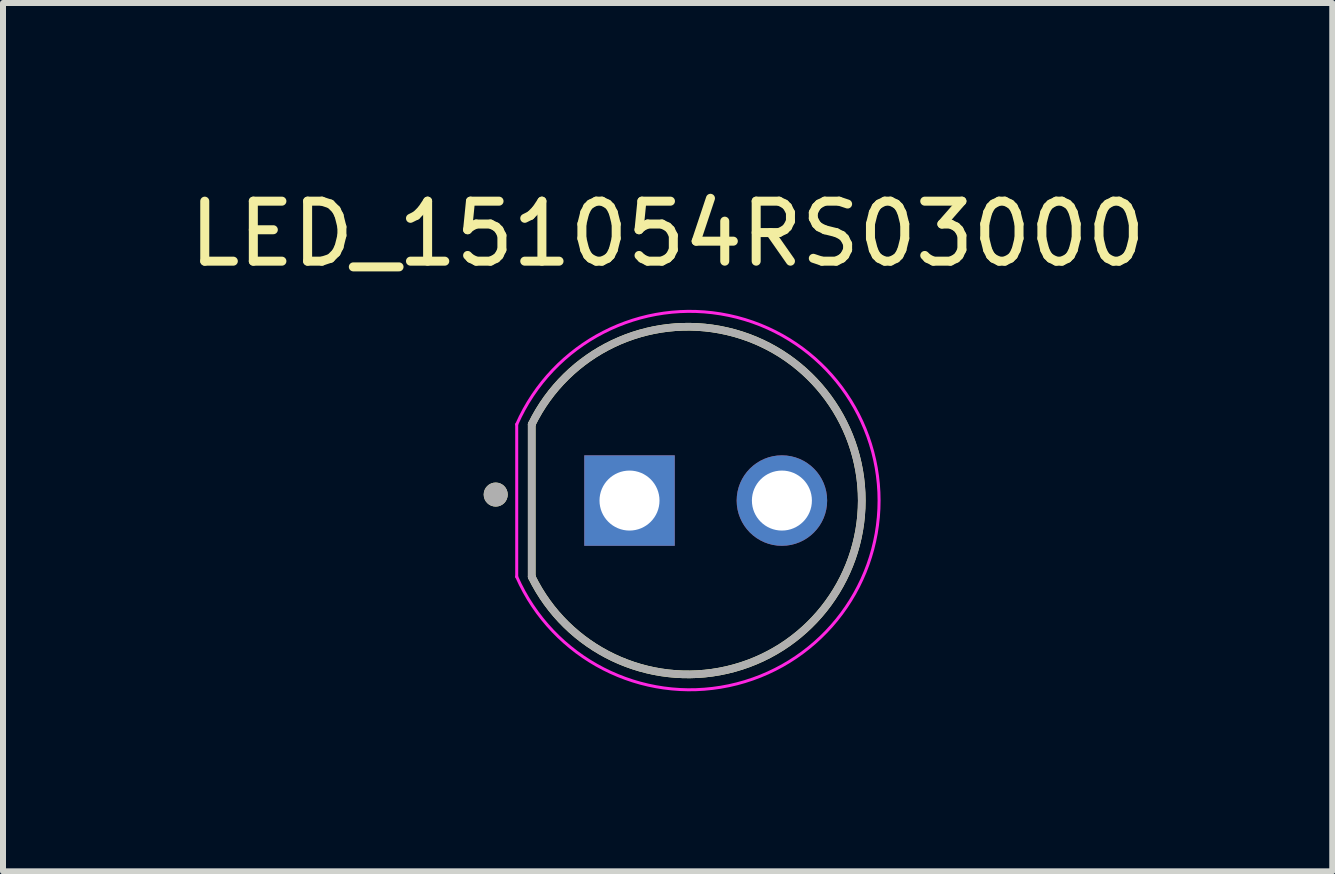
<source format=kicad_pcb>
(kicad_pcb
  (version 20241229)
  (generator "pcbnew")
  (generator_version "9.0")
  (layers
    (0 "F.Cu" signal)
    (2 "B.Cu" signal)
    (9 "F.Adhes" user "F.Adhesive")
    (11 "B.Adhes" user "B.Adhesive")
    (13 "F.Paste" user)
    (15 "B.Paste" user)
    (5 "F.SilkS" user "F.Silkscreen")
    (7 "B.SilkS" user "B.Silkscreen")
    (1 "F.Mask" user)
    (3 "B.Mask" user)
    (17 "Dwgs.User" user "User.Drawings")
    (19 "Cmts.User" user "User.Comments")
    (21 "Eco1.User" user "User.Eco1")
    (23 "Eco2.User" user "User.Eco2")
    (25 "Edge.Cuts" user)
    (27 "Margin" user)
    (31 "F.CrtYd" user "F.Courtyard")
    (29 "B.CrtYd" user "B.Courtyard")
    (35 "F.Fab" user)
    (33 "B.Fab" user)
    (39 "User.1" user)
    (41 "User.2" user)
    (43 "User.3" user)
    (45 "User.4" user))
  (footprint "LED_151054RS03000"
    (layer "F.Cu")
    (at 8.712 5.293)
    (property "Reference" "LED_151054RS03000" (at -0.635 -4.445 0) (layer "F.SilkS") (effects (font (size 1 1) (thickness 0.15))))
    (attr through_hole)
    (fp_line (start -2.9 -1.27) (end -2.9 1.27) (stroke (width 0.127) (type solid)) (layer "F.SilkS"))
    (fp_arc (start -2.9 -1.27) (mid 2.600975 0) (end -2.9 1.27) (stroke (width 0.127) (type solid)) (layer "F.SilkS"))
    (fp_circle (center -3.5 -0.1) (end -3.4 -0.1) (stroke (width 0.2) (type solid)) (fill no) (layer "F.SilkS"))
    (fp_line (start -3.15 -1.27) (end -3.15 1.27) (stroke (width 0.05) (type solid)) (layer "F.CrtYd"))
    (fp_arc (start -3.15 -1.27) (mid 2.889642 0) (end -3.15 1.27) (stroke (width 0.05) (type solid)) (layer "F.CrtYd"))
    (fp_line (start -2.9 -1.27) (end -2.9 1.27) (stroke (width 0.127) (type solid)) (layer "F.Fab"))
    (fp_arc (start -2.9 -1.27) (mid 2.600975 0) (end -2.9 1.27) (stroke (width 0.127) (type solid)) (layer "F.Fab"))
    (fp_circle (center -3.5 -0.1) (end -3.4 -0.1) (stroke (width 0.2) (type solid)) (fill no) (layer "F.Fab"))
    (pad "A" thru_hole circle (at 1.27 0) (size 1.508 1.508) (drill 1) (layers "*.Cu" "*.Mask"))
    (pad "C" thru_hole rect (at -1.27 0) (size 1.508 1.508) (drill 1) (layers "*.Cu" "*.Mask")))
  (gr_rect
    (start -3 -3)
    (end 19.155 11.472)
    (stroke (width 0.1) (type default))
    (fill no)
    (layer "Edge.Cuts")))
</source>
